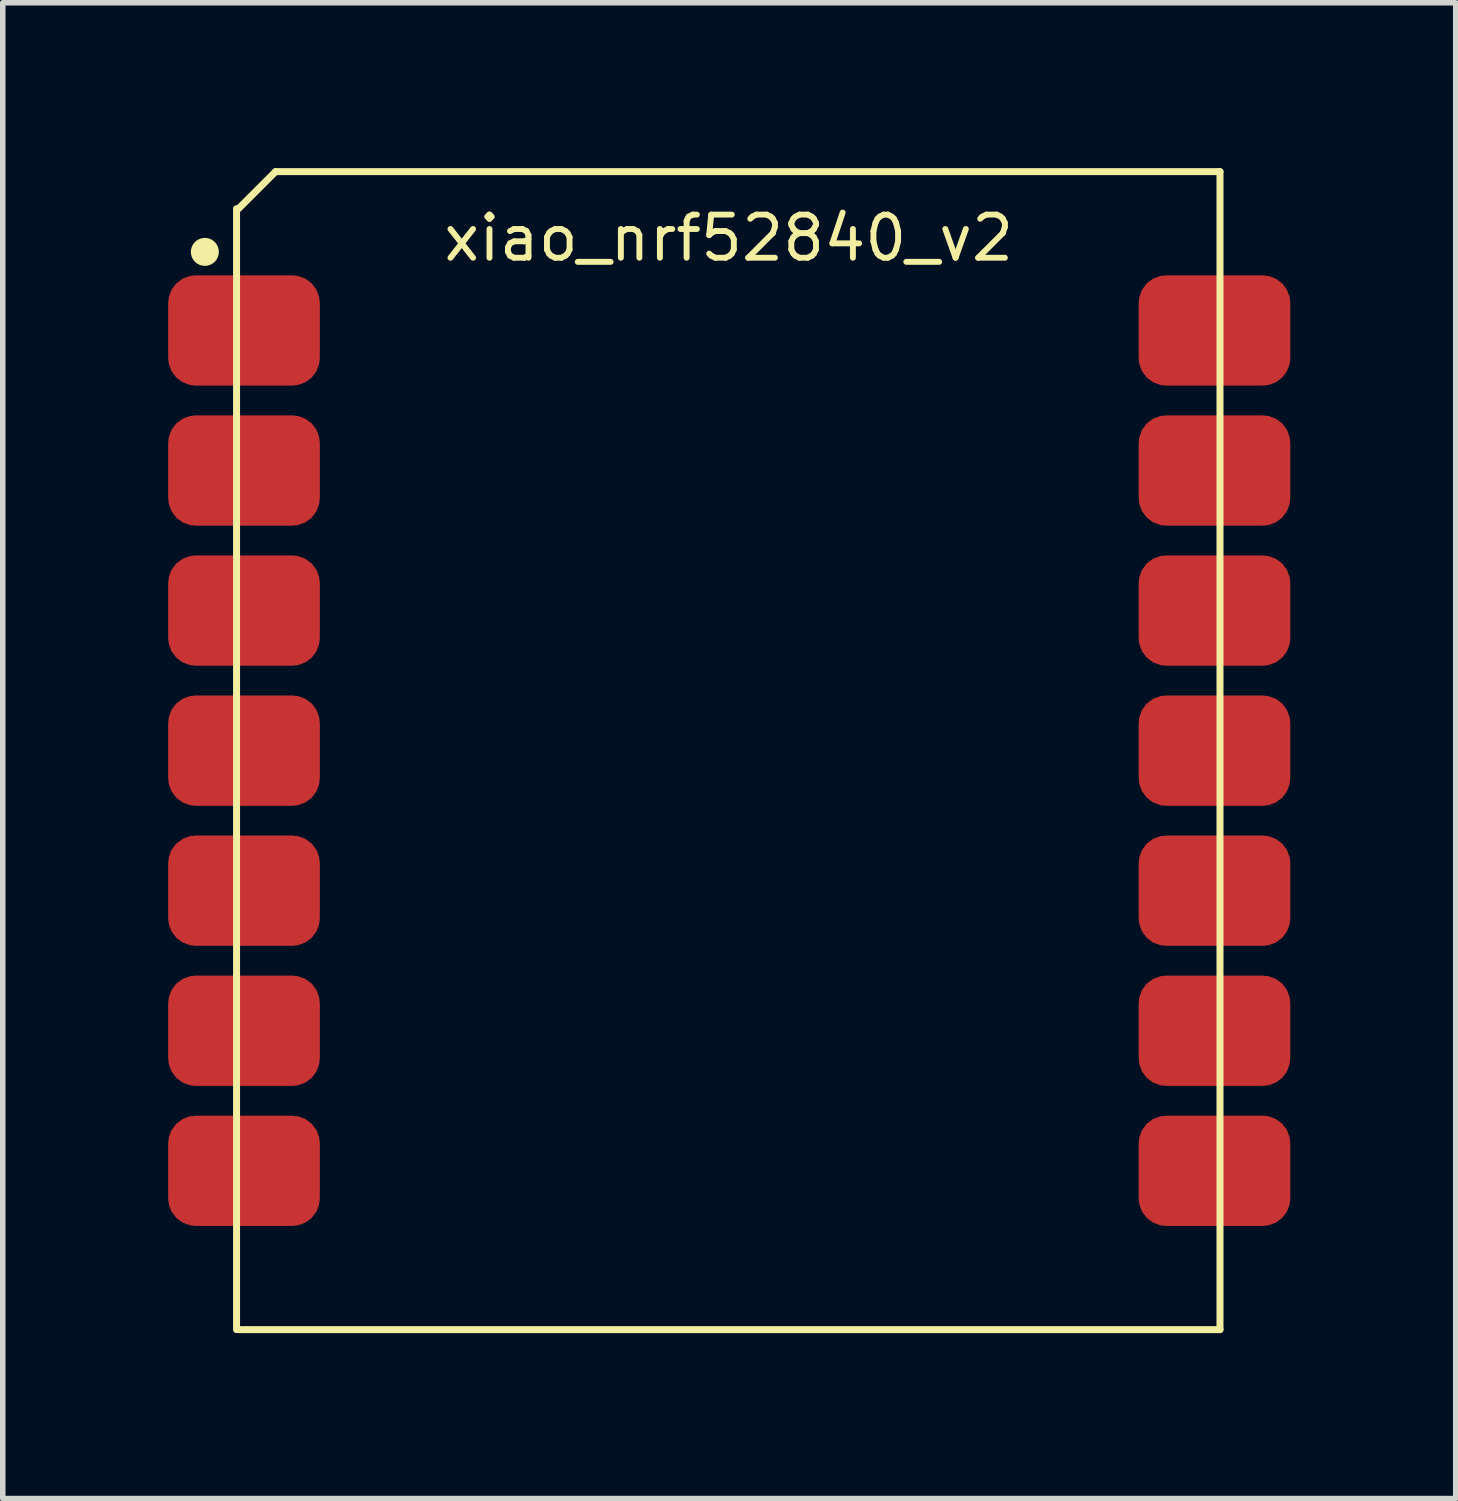
<source format=kicad_pcb>
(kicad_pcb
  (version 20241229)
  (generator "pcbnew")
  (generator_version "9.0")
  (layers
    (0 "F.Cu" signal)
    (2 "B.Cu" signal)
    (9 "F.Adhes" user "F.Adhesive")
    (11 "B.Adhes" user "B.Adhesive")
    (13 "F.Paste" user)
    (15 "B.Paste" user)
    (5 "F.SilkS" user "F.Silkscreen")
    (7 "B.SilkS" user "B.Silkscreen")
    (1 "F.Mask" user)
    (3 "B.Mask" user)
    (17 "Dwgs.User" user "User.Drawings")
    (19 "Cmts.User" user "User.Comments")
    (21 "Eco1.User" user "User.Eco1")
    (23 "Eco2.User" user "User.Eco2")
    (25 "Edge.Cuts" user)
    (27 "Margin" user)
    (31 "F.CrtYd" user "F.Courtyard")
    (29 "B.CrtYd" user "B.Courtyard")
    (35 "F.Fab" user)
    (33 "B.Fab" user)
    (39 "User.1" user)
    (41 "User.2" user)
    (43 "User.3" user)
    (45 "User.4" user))
  (footprint "xiao_nrf52840_v2"
    (layer "F.Cu")
    (at 10.175 10.563)
    (property "Reference" "xiao_nrf52840_v2" (at -0.01 -9.295 0) (layer "F.SilkS") (effects (font (size 0.782 0.782) (thickness 0.107))))
    (fp_line (start -8.935 -9.828) (end -8.935 10.5) (stroke (width 0.127) (type solid)) (layer "F.SilkS"))
    (fp_line (start -8.9 10.5) (end 8.9 10.5) (stroke (width 0.127) (type solid)) (layer "F.SilkS"))
    (fp_line (start -8.228 -10.5) (end -8.9 -9.828) (stroke (width 0.127) (type solid)) (layer "F.SilkS"))
    (fp_line (start 8.9 -10.5) (end -8.228 -10.5) (stroke (width 0.127) (type solid)) (layer "F.SilkS"))
    (fp_line (start 8.9 10.5) (end 8.9 -10.5) (stroke (width 0.127) (type solid)) (layer "F.SilkS"))
    (fp_circle (center -9.51 -9.045) (end -9.383 -9.045) (stroke (width 0.254) (type solid)) (fill yes) (layer "F.SilkS"))
    (pad "1" smd roundrect (at 8.8 -7.62) (size 2.75 2) (layers "F.Cu" "F.Mask" "F.Paste") (roundrect_rratio 0.25))
    (pad "2" smd roundrect (at 8.8 -5.08) (size 2.75 2) (layers "F.Cu" "F.Mask" "F.Paste") (roundrect_rratio 0.25))
    (pad "3" smd roundrect (at 8.8 -2.54) (size 2.75 2) (layers "F.Cu" "F.Mask" "F.Paste") (roundrect_rratio 0.25))
    (pad "4" smd roundrect (at 8.8 0) (size 2.75 2) (layers "F.Cu" "F.Mask" "F.Paste") (roundrect_rratio 0.25))
    (pad "5" smd roundrect (at 8.8 2.54) (size 2.75 2) (layers "F.Cu" "F.Mask" "F.Paste") (roundrect_rratio 0.25))
    (pad "6" smd roundrect (at 8.8 5.08) (size 2.75 2) (layers "F.Cu" "F.Mask" "F.Paste") (roundrect_rratio 0.25))
    (pad "7" smd roundrect (at 8.8 7.62) (size 2.75 2) (layers "F.Cu" "F.Mask" "F.Paste") (roundrect_rratio 0.25))
    (pad "8" smd roundrect (at -8.8 7.62) (size 2.75 2) (layers "F.Cu" "F.Mask" "F.Paste") (roundrect_rratio 0.25))
    (pad "9" smd roundrect (at -8.8 5.08) (size 2.75 2) (layers "F.Cu" "F.Mask" "F.Paste") (roundrect_rratio 0.25))
    (pad "10" smd roundrect (at -8.8 2.54) (size 2.75 2) (layers "F.Cu" "F.Mask" "F.Paste") (roundrect_rratio 0.25))
    (pad "11" smd roundrect (at -8.8 0) (size 2.75 2) (layers "F.Cu" "F.Mask" "F.Paste") (roundrect_rratio 0.25))
    (pad "12" smd roundrect (at -8.8 -2.54) (size 2.75 2) (layers "F.Cu" "F.Mask" "F.Paste") (roundrect_rratio 0.25))
    (pad "13" smd roundrect (at -8.8 -5.08) (size 2.75 2) (layers "F.Cu" "F.Mask" "F.Paste") (roundrect_rratio 0.25))
    (pad "14" smd roundrect (at -8.8 -7.62) (size 2.75 2) (layers "F.Cu" "F.Mask" "F.Paste") (roundrect_rratio 0.25)))
  (gr_rect
    (start -3 -3)
    (end 23.35 24.127)
    (stroke (width 0.1) (type default))
    (fill no)
    (layer "Edge.Cuts")))
</source>
